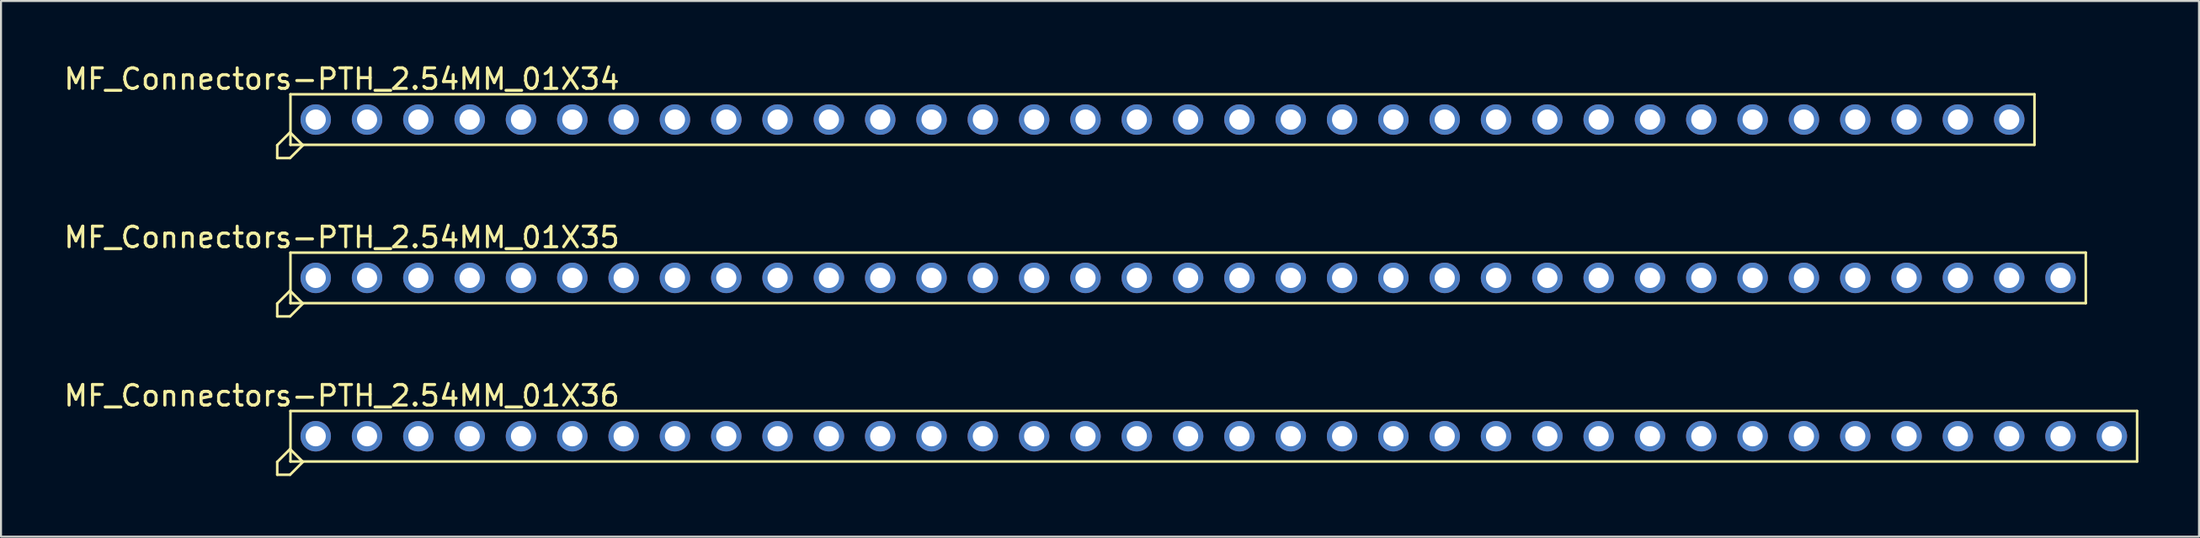
<source format=kicad_pcb>
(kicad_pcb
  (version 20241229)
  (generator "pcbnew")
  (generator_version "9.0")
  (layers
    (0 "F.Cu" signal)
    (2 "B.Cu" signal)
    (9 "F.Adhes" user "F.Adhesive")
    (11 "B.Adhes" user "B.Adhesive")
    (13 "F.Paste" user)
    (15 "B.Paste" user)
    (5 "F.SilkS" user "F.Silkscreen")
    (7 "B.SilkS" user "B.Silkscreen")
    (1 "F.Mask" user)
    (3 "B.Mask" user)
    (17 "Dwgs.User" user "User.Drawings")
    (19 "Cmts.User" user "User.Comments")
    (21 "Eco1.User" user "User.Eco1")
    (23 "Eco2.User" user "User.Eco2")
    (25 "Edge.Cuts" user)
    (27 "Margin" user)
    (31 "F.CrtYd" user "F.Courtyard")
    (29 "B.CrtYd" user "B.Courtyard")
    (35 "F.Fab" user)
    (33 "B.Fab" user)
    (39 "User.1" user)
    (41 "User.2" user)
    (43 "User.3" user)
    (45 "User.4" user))
  (footprint "MF_Connectors-PTH_2.54MM_01X34"
    (layer "F.Cu")
    (at 54.487 2.868)
    (property "Reference" "MF_Connectors-PTH_2.54MM_01X34" (at -40.62 -2.007 0) (layer "F.SilkS") (effects (font (size 1.016 1.016) (thickness 0.152))))
    (attr exclude_from_pos_files exclude_from_bom)
    (fp_line (start -43.815 1.27) (end -43.815 1.905) (stroke (width 0.127) (type solid)) (layer "F.SilkS"))
    (fp_line (start -43.815 1.905) (end -43.18 1.905) (stroke (width 0.127) (type solid)) (layer "F.SilkS"))
    (fp_line (start -43.18 0.635) (end -43.815 1.27) (stroke (width 0.127) (type solid)) (layer "F.SilkS"))
    (fp_line (start -43.18 1.905) (end -42.545 1.27) (stroke (width 0.127) (type solid)) (layer "F.SilkS"))
    (fp_line (start -43.16 -1.25) (end 43.16 -1.25) (stroke (width 0.127) (type solid)) (layer "F.SilkS"))
    (fp_line (start -43.16 1.25) (end -43.16 -1.25) (stroke (width 0.127) (type solid)) (layer "F.SilkS"))
    (fp_line (start -42.545 1.27) (end -43.18 0.635) (stroke (width 0.127) (type solid)) (layer "F.SilkS"))
    (fp_line (start 43.16 -1.25) (end 43.16 1.25) (stroke (width 0.127) (type solid)) (layer "F.SilkS"))
    (fp_line (start 43.16 1.25) (end -43.16 1.25) (stroke (width 0.127) (type solid)) (layer "F.SilkS"))
    (pad "1" thru_hole circle (at -41.91 0) (size 1.506 1.506) (drill 0.998) (layers "*.Cu" "*.Mask"))
    (pad "2" thru_hole circle (at -39.37 0) (size 1.506 1.506) (drill 0.998) (layers "*.Cu" "*.Mask"))
    (pad "3" thru_hole circle (at -36.83 0) (size 1.506 1.506) (drill 0.998) (layers "*.Cu" "*.Mask"))
    (pad "4" thru_hole circle (at -34.29 0) (size 1.506 1.506) (drill 0.998) (layers "*.Cu" "*.Mask"))
    (pad "5" thru_hole circle (at -31.75 0) (size 1.506 1.506) (drill 0.998) (layers "*.Cu" "*.Mask"))
    (pad "6" thru_hole circle (at -29.21 0) (size 1.506 1.506) (drill 0.998) (layers "*.Cu" "*.Mask"))
    (pad "7" thru_hole circle (at -26.67 0) (size 1.506 1.506) (drill 0.998) (layers "*.Cu" "*.Mask"))
    (pad "8" thru_hole circle (at -24.13 0) (size 1.506 1.506) (drill 0.998) (layers "*.Cu" "*.Mask"))
    (pad "9" thru_hole circle (at -21.59 0) (size 1.506 1.506) (drill 0.998) (layers "*.Cu" "*.Mask"))
    (pad "10" thru_hole circle (at -19.05 0) (size 1.506 1.506) (drill 0.998) (layers "*.Cu" "*.Mask"))
    (pad "11" thru_hole circle (at -16.51 0) (size 1.506 1.506) (drill 0.998) (layers "*.Cu" "*.Mask"))
    (pad "12" thru_hole circle (at -13.97 0) (size 1.506 1.506) (drill 0.998) (layers "*.Cu" "*.Mask"))
    (pad "13" thru_hole circle (at -11.43 0) (size 1.506 1.506) (drill 0.998) (layers "*.Cu" "*.Mask"))
    (pad "14" thru_hole circle (at -8.89 0) (size 1.506 1.506) (drill 0.998) (layers "*.Cu" "*.Mask"))
    (pad "15" thru_hole circle (at -6.35 0) (size 1.506 1.506) (drill 0.998) (layers "*.Cu" "*.Mask"))
    (pad "16" thru_hole circle (at -3.81 0) (size 1.506 1.506) (drill 0.998) (layers "*.Cu" "*.Mask"))
    (pad "17" thru_hole circle (at -1.27 0) (size 1.506 1.506) (drill 0.998) (layers "*.Cu" "*.Mask"))
    (pad "18" thru_hole circle (at 1.27 0) (size 1.506 1.506) (drill 0.998) (layers "*.Cu" "*.Mask"))
    (pad "19" thru_hole circle (at 3.81 0) (size 1.506 1.506) (drill 0.998) (layers "*.Cu" "*.Mask"))
    (pad "20" thru_hole circle (at 6.35 0) (size 1.506 1.506) (drill 0.998) (layers "*.Cu" "*.Mask"))
    (pad "21" thru_hole circle (at 8.89 0) (size 1.506 1.506) (drill 0.998) (layers "*.Cu" "*.Mask"))
    (pad "22" thru_hole circle (at 11.43 0) (size 1.506 1.506) (drill 0.998) (layers "*.Cu" "*.Mask"))
    (pad "23" thru_hole circle (at 13.97 0) (size 1.506 1.506) (drill 0.998) (layers "*.Cu" "*.Mask"))
    (pad "24" thru_hole circle (at 16.51 0) (size 1.506 1.506) (drill 0.998) (layers "*.Cu" "*.Mask"))
    (pad "25" thru_hole circle (at 19.05 0) (size 1.506 1.506) (drill 0.998) (layers "*.Cu" "*.Mask"))
    (pad "26" thru_hole circle (at 21.59 0) (size 1.506 1.506) (drill 0.998) (layers "*.Cu" "*.Mask"))
    (pad "27" thru_hole circle (at 24.13 0) (size 1.506 1.506) (drill 0.998) (layers "*.Cu" "*.Mask"))
    (pad "28" thru_hole circle (at 26.67 0) (size 1.506 1.506) (drill 0.998) (layers "*.Cu" "*.Mask"))
    (pad "29" thru_hole circle (at 29.21 0) (size 1.506 1.506) (drill 0.998) (layers "*.Cu" "*.Mask"))
    (pad "30" thru_hole circle (at 31.75 0) (size 1.506 1.506) (drill 0.998) (layers "*.Cu" "*.Mask"))
    (pad "31" thru_hole circle (at 34.29 0) (size 1.506 1.506) (drill 0.998) (layers "*.Cu" "*.Mask"))
    (pad "32" thru_hole circle (at 36.83 0) (size 1.506 1.506) (drill 0.998) (layers "*.Cu" "*.Mask"))
    (pad "33" thru_hole circle (at 39.37 0) (size 1.506 1.506) (drill 0.998) (layers "*.Cu" "*.Mask"))
    (pad "34" thru_hole circle (at 41.91 0) (size 1.506 1.506) (drill 0.998) (layers "*.Cu" "*.Mask")))
  (footprint "MF_Connectors-PTH_2.54MM_01X36"
    (layer "F.Cu")
    (at 57.027 18.542)
    (property "Reference" "MF_Connectors-PTH_2.54MM_01X36" (at -43.16 -2.007 0) (layer "F.SilkS") (effects (font (size 1.016 1.016) (thickness 0.152))))
    (attr exclude_from_pos_files exclude_from_bom)
    (fp_line (start -46.355 1.27) (end -46.355 1.905) (stroke (width 0.127) (type solid)) (layer "F.SilkS"))
    (fp_line (start -46.355 1.905) (end -45.72 1.905) (stroke (width 0.127) (type solid)) (layer "F.SilkS"))
    (fp_line (start -45.72 0.635) (end -46.355 1.27) (stroke (width 0.127) (type solid)) (layer "F.SilkS"))
    (fp_line (start -45.72 1.905) (end -45.085 1.27) (stroke (width 0.127) (type solid)) (layer "F.SilkS"))
    (fp_line (start -45.7 -1.25) (end 45.7 -1.25) (stroke (width 0.127) (type solid)) (layer "F.SilkS"))
    (fp_line (start -45.7 1.25) (end -45.7 -1.25) (stroke (width 0.127) (type solid)) (layer "F.SilkS"))
    (fp_line (start -45.085 1.27) (end -45.72 0.635) (stroke (width 0.127) (type solid)) (layer "F.SilkS"))
    (fp_line (start 45.7 -1.25) (end 45.7 1.25) (stroke (width 0.127) (type solid)) (layer "F.SilkS"))
    (fp_line (start 45.7 1.25) (end -45.7 1.25) (stroke (width 0.127) (type solid)) (layer "F.SilkS"))
    (pad "1" thru_hole circle (at -44.45 0) (size 1.506 1.506) (drill 0.998) (layers "*.Cu" "*.Mask"))
    (pad "2" thru_hole circle (at -41.91 0) (size 1.506 1.506) (drill 0.998) (layers "*.Cu" "*.Mask"))
    (pad "3" thru_hole circle (at -39.37 0) (size 1.506 1.506) (drill 0.998) (layers "*.Cu" "*.Mask"))
    (pad "4" thru_hole circle (at -36.83 0) (size 1.506 1.506) (drill 0.998) (layers "*.Cu" "*.Mask"))
    (pad "5" thru_hole circle (at -34.29 0) (size 1.506 1.506) (drill 0.998) (layers "*.Cu" "*.Mask"))
    (pad "6" thru_hole circle (at -31.75 0) (size 1.506 1.506) (drill 0.998) (layers "*.Cu" "*.Mask"))
    (pad "7" thru_hole circle (at -29.21 0) (size 1.506 1.506) (drill 0.998) (layers "*.Cu" "*.Mask"))
    (pad "8" thru_hole circle (at -26.67 0) (size 1.506 1.506) (drill 0.998) (layers "*.Cu" "*.Mask"))
    (pad "9" thru_hole circle (at -24.13 0) (size 1.506 1.506) (drill 0.998) (layers "*.Cu" "*.Mask"))
    (pad "10" thru_hole circle (at -21.59 0) (size 1.506 1.506) (drill 0.998) (layers "*.Cu" "*.Mask"))
    (pad "11" thru_hole circle (at -19.05 0) (size 1.506 1.506) (drill 0.998) (layers "*.Cu" "*.Mask"))
    (pad "12" thru_hole circle (at -16.51 0) (size 1.506 1.506) (drill 0.998) (layers "*.Cu" "*.Mask"))
    (pad "13" thru_hole circle (at -13.97 0) (size 1.506 1.506) (drill 0.998) (layers "*.Cu" "*.Mask"))
    (pad "14" thru_hole circle (at -11.43 0) (size 1.506 1.506) (drill 0.998) (layers "*.Cu" "*.Mask"))
    (pad "15" thru_hole circle (at -8.89 0) (size 1.506 1.506) (drill 0.998) (layers "*.Cu" "*.Mask"))
    (pad "16" thru_hole circle (at -6.35 0) (size 1.506 1.506) (drill 0.998) (layers "*.Cu" "*.Mask"))
    (pad "17" thru_hole circle (at -3.81 0) (size 1.506 1.506) (drill 0.998) (layers "*.Cu" "*.Mask"))
    (pad "18" thru_hole circle (at -1.27 0) (size 1.506 1.506) (drill 0.998) (layers "*.Cu" "*.Mask"))
    (pad "19" thru_hole circle (at 1.27 0) (size 1.506 1.506) (drill 0.998) (layers "*.Cu" "*.Mask"))
    (pad "20" thru_hole circle (at 3.81 0) (size 1.506 1.506) (drill 0.998) (layers "*.Cu" "*.Mask"))
    (pad "21" thru_hole circle (at 6.35 0) (size 1.506 1.506) (drill 0.998) (layers "*.Cu" "*.Mask"))
    (pad "22" thru_hole circle (at 8.89 0) (size 1.506 1.506) (drill 0.998) (layers "*.Cu" "*.Mask"))
    (pad "23" thru_hole circle (at 11.43 0) (size 1.506 1.506) (drill 0.998) (layers "*.Cu" "*.Mask"))
    (pad "24" thru_hole circle (at 13.97 0) (size 1.506 1.506) (drill 0.998) (layers "*.Cu" "*.Mask"))
    (pad "25" thru_hole circle (at 16.51 0) (size 1.506 1.506) (drill 0.998) (layers "*.Cu" "*.Mask"))
    (pad "26" thru_hole circle (at 19.05 0) (size 1.506 1.506) (drill 0.998) (layers "*.Cu" "*.Mask"))
    (pad "27" thru_hole circle (at 21.59 0) (size 1.506 1.506) (drill 0.998) (layers "*.Cu" "*.Mask"))
    (pad "28" thru_hole circle (at 24.13 0) (size 1.506 1.506) (drill 0.998) (layers "*.Cu" "*.Mask"))
    (pad "29" thru_hole circle (at 26.67 0) (size 1.506 1.506) (drill 0.998) (layers "*.Cu" "*.Mask"))
    (pad "30" thru_hole circle (at 29.21 0) (size 1.506 1.506) (drill 0.998) (layers "*.Cu" "*.Mask"))
    (pad "31" thru_hole circle (at 31.75 0) (size 1.506 1.506) (drill 0.998) (layers "*.Cu" "*.Mask"))
    (pad "32" thru_hole circle (at 34.29 0) (size 1.506 1.506) (drill 0.998) (layers "*.Cu" "*.Mask"))
    (pad "33" thru_hole circle (at 36.83 0) (size 1.506 1.506) (drill 0.998) (layers "*.Cu" "*.Mask"))
    (pad "34" thru_hole circle (at 39.37 0) (size 1.506 1.506) (drill 0.998) (layers "*.Cu" "*.Mask"))
    (pad "35" thru_hole circle (at 41.91 0) (size 1.506 1.506) (drill 0.998) (layers "*.Cu" "*.Mask"))
    (pad "36" thru_hole circle (at 44.45 0) (size 1.506 1.506) (drill 0.998) (layers "*.Cu" "*.Mask")))
  (footprint "MF_Connectors-PTH_2.54MM_01X35"
    (layer "F.Cu")
    (at 55.757 10.705)
    (property "Reference" "MF_Connectors-PTH_2.54MM_01X35" (at -41.89 -2.007 0) (layer "F.SilkS") (effects (font (size 1.016 1.016) (thickness 0.152))))
    (attr exclude_from_pos_files exclude_from_bom)
    (fp_line (start -45.085 1.27) (end -45.085 1.905) (stroke (width 0.127) (type solid)) (layer "F.SilkS"))
    (fp_line (start -45.085 1.905) (end -44.45 1.905) (stroke (width 0.127) (type solid)) (layer "F.SilkS"))
    (fp_line (start -44.45 0.635) (end -45.085 1.27) (stroke (width 0.127) (type solid)) (layer "F.SilkS"))
    (fp_line (start -44.45 1.905) (end -43.815 1.27) (stroke (width 0.127) (type solid)) (layer "F.SilkS"))
    (fp_line (start -44.43 -1.25) (end 44.43 -1.25) (stroke (width 0.127) (type solid)) (layer "F.SilkS"))
    (fp_line (start -44.43 1.25) (end -44.43 -1.25) (stroke (width 0.127) (type solid)) (layer "F.SilkS"))
    (fp_line (start -43.815 1.27) (end -44.45 0.635) (stroke (width 0.127) (type solid)) (layer "F.SilkS"))
    (fp_line (start 44.43 -1.25) (end 44.43 1.25) (stroke (width 0.127) (type solid)) (layer "F.SilkS"))
    (fp_line (start 44.43 1.25) (end -44.43 1.25) (stroke (width 0.127) (type solid)) (layer "F.SilkS"))
    (pad "1" thru_hole circle (at -43.18 0) (size 1.506 1.506) (drill 0.998) (layers "*.Cu" "*.Mask"))
    (pad "2" thru_hole circle (at -40.64 0) (size 1.506 1.506) (drill 0.998) (layers "*.Cu" "*.Mask"))
    (pad "3" thru_hole circle (at -38.1 0) (size 1.506 1.506) (drill 0.998) (layers "*.Cu" "*.Mask"))
    (pad "4" thru_hole circle (at -35.56 0) (size 1.506 1.506) (drill 0.998) (layers "*.Cu" "*.Mask"))
    (pad "5" thru_hole circle (at -33.02 0) (size 1.506 1.506) (drill 0.998) (layers "*.Cu" "*.Mask"))
    (pad "6" thru_hole circle (at -30.48 0) (size 1.506 1.506) (drill 0.998) (layers "*.Cu" "*.Mask"))
    (pad "7" thru_hole circle (at -27.94 0) (size 1.506 1.506) (drill 0.998) (layers "*.Cu" "*.Mask"))
    (pad "8" thru_hole circle (at -25.4 0) (size 1.506 1.506) (drill 0.998) (layers "*.Cu" "*.Mask"))
    (pad "9" thru_hole circle (at -22.86 0) (size 1.506 1.506) (drill 0.998) (layers "*.Cu" "*.Mask"))
    (pad "10" thru_hole circle (at -20.32 0) (size 1.506 1.506) (drill 0.998) (layers "*.Cu" "*.Mask"))
    (pad "11" thru_hole circle (at -17.78 0) (size 1.506 1.506) (drill 0.998) (layers "*.Cu" "*.Mask"))
    (pad "12" thru_hole circle (at -15.24 0) (size 1.506 1.506) (drill 0.998) (layers "*.Cu" "*.Mask"))
    (pad "13" thru_hole circle (at -12.7 0) (size 1.506 1.506) (drill 0.998) (layers "*.Cu" "*.Mask"))
    (pad "14" thru_hole circle (at -10.16 0) (size 1.506 1.506) (drill 0.998) (layers "*.Cu" "*.Mask"))
    (pad "15" thru_hole circle (at -7.62 0) (size 1.506 1.506) (drill 0.998) (layers "*.Cu" "*.Mask"))
    (pad "16" thru_hole circle (at -5.08 0) (size 1.506 1.506) (drill 0.998) (layers "*.Cu" "*.Mask"))
    (pad "17" thru_hole circle (at -2.54 0) (size 1.506 1.506) (drill 0.998) (layers "*.Cu" "*.Mask"))
    (pad "18" thru_hole circle (at 0 0) (size 1.506 1.506) (drill 0.998) (layers "*.Cu" "*.Mask"))
    (pad "19" thru_hole circle (at 2.54 0) (size 1.506 1.506) (drill 0.998) (layers "*.Cu" "*.Mask"))
    (pad "20" thru_hole circle (at 5.08 0) (size 1.506 1.506) (drill 0.998) (layers "*.Cu" "*.Mask"))
    (pad "21" thru_hole circle (at 7.62 0) (size 1.506 1.506) (drill 0.998) (layers "*.Cu" "*.Mask"))
    (pad "22" thru_hole circle (at 10.16 0) (size 1.506 1.506) (drill 0.998) (layers "*.Cu" "*.Mask"))
    (pad "23" thru_hole circle (at 12.7 0) (size 1.506 1.506) (drill 0.998) (layers "*.Cu" "*.Mask"))
    (pad "24" thru_hole circle (at 15.24 0) (size 1.506 1.506) (drill 0.998) (layers "*.Cu" "*.Mask"))
    (pad "25" thru_hole circle (at 17.78 0) (size 1.506 1.506) (drill 0.998) (layers "*.Cu" "*.Mask"))
    (pad "26" thru_hole circle (at 20.32 0) (size 1.506 1.506) (drill 0.998) (layers "*.Cu" "*.Mask"))
    (pad "27" thru_hole circle (at 22.86 0) (size 1.506 1.506) (drill 0.998) (layers "*.Cu" "*.Mask"))
    (pad "28" thru_hole circle (at 25.4 0) (size 1.506 1.506) (drill 0.998) (layers "*.Cu" "*.Mask"))
    (pad "29" thru_hole circle (at 27.94 0) (size 1.506 1.506) (drill 0.998) (layers "*.Cu" "*.Mask"))
    (pad "30" thru_hole circle (at 30.48 0) (size 1.506 1.506) (drill 0.998) (layers "*.Cu" "*.Mask"))
    (pad "31" thru_hole circle (at 33.02 0) (size 1.506 1.506) (drill 0.998) (layers "*.Cu" "*.Mask"))
    (pad "32" thru_hole circle (at 35.56 0) (size 1.506 1.506) (drill 0.998) (layers "*.Cu" "*.Mask"))
    (pad "33" thru_hole circle (at 38.1 0) (size 1.506 1.506) (drill 0.998) (layers "*.Cu" "*.Mask"))
    (pad "34" thru_hole circle (at 40.64 0) (size 1.506 1.506) (drill 0.998) (layers "*.Cu" "*.Mask"))
    (pad "35" thru_hole circle (at 43.18 0) (size 1.506 1.506) (drill 0.998) (layers "*.Cu" "*.Mask")))
  (gr_rect
    (start -3 -3)
    (end 105.79 23.511)
    (stroke (width 0.1) (type default))
    (fill no)
    (layer "Edge.Cuts")))
</source>
